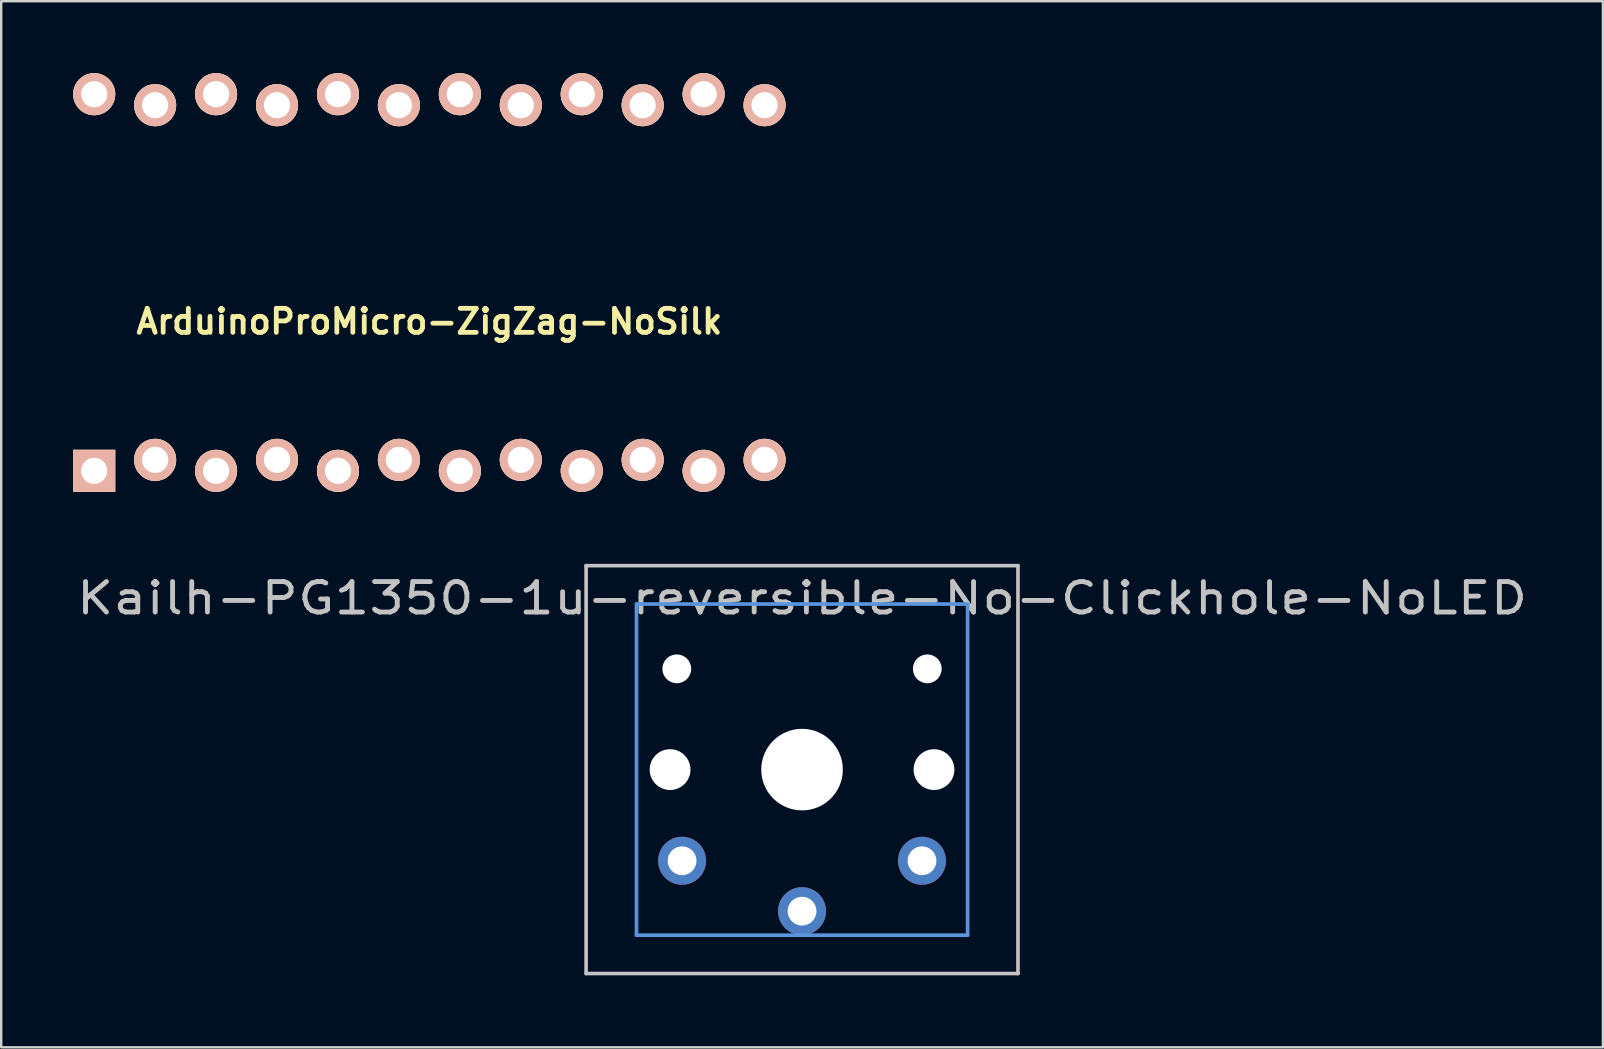
<source format=kicad_pcb>
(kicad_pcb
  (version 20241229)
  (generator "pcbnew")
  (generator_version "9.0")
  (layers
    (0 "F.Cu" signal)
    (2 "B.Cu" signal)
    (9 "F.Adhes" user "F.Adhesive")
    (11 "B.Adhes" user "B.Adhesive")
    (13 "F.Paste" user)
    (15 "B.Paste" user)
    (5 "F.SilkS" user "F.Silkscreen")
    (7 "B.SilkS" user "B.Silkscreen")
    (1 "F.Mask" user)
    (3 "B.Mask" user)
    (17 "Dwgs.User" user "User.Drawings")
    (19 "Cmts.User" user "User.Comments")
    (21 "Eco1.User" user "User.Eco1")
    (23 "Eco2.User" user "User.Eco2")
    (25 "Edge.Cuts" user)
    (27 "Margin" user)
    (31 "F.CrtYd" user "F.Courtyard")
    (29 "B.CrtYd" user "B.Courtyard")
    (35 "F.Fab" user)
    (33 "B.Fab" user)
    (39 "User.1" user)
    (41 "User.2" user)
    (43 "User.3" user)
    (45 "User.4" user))
  (footprint "Kailh-PG1350-1u-reversible-No-Clickhole-NoLED"
    (layer "F.Cu")
    (at 30.378 29.026)
    (property "Reference" "Kailh-PG1350-1u-reversible-No-Clickhole-NoLED" (at 0 -7.144 180) (layer "Dwgs.User") (effects (font (size 1.27 1.524) (thickness 0.203))))
    (attr through_hole)
    (fp_line (start -9 -8.5) (end 9 -8.5) (stroke (width 0.152) (type solid)) (layer "Dwgs.User"))
    (fp_line (start -9 8.5) (end -9 -8.5) (stroke (width 0.152) (type solid)) (layer "Dwgs.User"))
    (fp_line (start 9 -8.5) (end 9 8.5) (stroke (width 0.152) (type solid)) (layer "Dwgs.User"))
    (fp_line (start 9 8.5) (end -9 8.5) (stroke (width 0.152) (type solid)) (layer "Dwgs.User"))
    (fp_line (start -6.9 -6.9) (end 6.9 -6.9) (stroke (width 0.152) (type solid)) (layer "Cmts.User"))
    (fp_line (start -6.9 6.9) (end -6.9 -6.9) (stroke (width 0.152) (type solid)) (layer "Cmts.User"))
    (fp_line (start 6.9 -6.9) (end 6.9 6.9) (stroke (width 0.152) (type solid)) (layer "Cmts.User"))
    (fp_line (start 6.9 6.9) (end -6.9 6.9) (stroke (width 0.152) (type solid)) (layer "Cmts.User"))
    (fp_line (start -7.5 -7.5) (end 7.5 -7.5) (stroke (width 0.152) (type solid)) (layer "Eco2.User"))
    (fp_line (start -7.5 7.5) (end -7.5 -7.5) (stroke (width 0.152) (type solid)) (layer "Eco2.User"))
    (fp_line (start 7.5 -7.5) (end 7.5 7.5) (stroke (width 0.152) (type solid)) (layer "Eco2.User"))
    (fp_line (start 7.5 7.5) (end -7.5 7.5) (stroke (width 0.152) (type solid)) (layer "Eco2.User"))
    (pad "" np_thru_hole circle (at -5.5 0 180) (size 1.7 1.7) (drill 1.7) (layers "*.Cu" "*.Mask"))
    (pad "" np_thru_hole circle (at -5.22 -4.2 180) (size 1.2 1.2) (drill 1.2) (layers "*.Cu"))
    (pad "" np_thru_hole circle (at 0 0 180) (size 3.4 3.4) (drill 3.4) (layers "*.Cu" "*.Mask"))
    (pad "" np_thru_hole circle (at 5.22 -4.2 180) (size 1.2 1.2) (drill 1.2) (layers "*.Cu"))
    (pad "" np_thru_hole circle (at 5.5 0 180) (size 1.7 1.7) (drill 1.7) (layers "*.Cu" "*.Mask"))
    (pad "1" thru_hole circle (at 0 5.9 180) (size 2 2) (drill 1.2) (layers "*.Cu" "*.Mask"))
    (pad "2" thru_hole circle (at -5 3.8 41.9) (size 2 2) (drill 1.2) (layers "*.Cu" "B.Mask"))
    (pad "2" thru_hole circle (at 5 3.8 41.9) (size 2 2) (drill 1.2) (layers "*.Cu" "F.Mask")))
  (footprint "ArduinoProMicro-ZigZag-NoSilk"
    (layer "F.Cu")
    (at 14.846 8.725)
    (property "Reference" "ArduinoProMicro-ZigZag-NoSilk" (at 0 1.625 0) (layer "F.SilkS") (effects (font (size 1 1) (thickness 0.2))))
    (attr through_hole)
    (pad "1" thru_hole rect (at -13.97 7.849) (size 1.753 1.753) (drill 1.092) (layers "*.Cu" "*.SilkS" "*.Mask"))
    (pad "2" thru_hole circle (at -11.43 7.391) (size 1.753 1.753) (drill 1.092) (layers "*.Cu" "*.SilkS" "*.Mask"))
    (pad "3" thru_hole circle (at -8.89 7.849) (size 1.753 1.753) (drill 1.092) (layers "*.Cu" "*.SilkS" "*.Mask"))
    (pad "4" thru_hole circle (at -6.35 7.391) (size 1.753 1.753) (drill 1.092) (layers "*.Cu" "*.SilkS" "*.Mask"))
    (pad "5" thru_hole circle (at -3.81 7.849) (size 1.753 1.753) (drill 1.092) (layers "*.Cu" "*.SilkS" "*.Mask"))
    (pad "6" thru_hole circle (at -1.27 7.391) (size 1.753 1.753) (drill 1.092) (layers "*.Cu" "*.SilkS" "*.Mask"))
    (pad "7" thru_hole circle (at 1.27 7.849) (size 1.753 1.753) (drill 1.092) (layers "*.Cu" "*.SilkS" "*.Mask"))
    (pad "8" thru_hole circle (at 3.81 7.391) (size 1.753 1.753) (drill 1.092) (layers "*.Cu" "*.SilkS" "*.Mask"))
    (pad "9" thru_hole circle (at 6.35 7.849) (size 1.753 1.753) (drill 1.092) (layers "*.Cu" "*.SilkS" "*.Mask"))
    (pad "10" thru_hole circle (at 8.89 7.391) (size 1.753 1.753) (drill 1.092) (layers "*.Cu" "*.SilkS" "*.Mask"))
    (pad "11" thru_hole circle (at 11.43 7.849) (size 1.753 1.753) (drill 1.092) (layers "*.Cu" "*.SilkS" "*.Mask"))
    (pad "12" thru_hole circle (at 13.97 7.391) (size 1.753 1.753) (drill 1.092) (layers "*.Cu" "*.SilkS" "*.Mask"))
    (pad "13" thru_hole circle (at 13.97 -7.391) (size 1.753 1.753) (drill 1.092) (layers "*.Cu" "*.SilkS" "*.Mask"))
    (pad "14" thru_hole circle (at 11.43 -7.849) (size 1.753 1.753) (drill 1.092) (layers "*.Cu" "*.SilkS" "*.Mask"))
    (pad "15" thru_hole circle (at 8.89 -7.391) (size 1.753 1.753) (drill 1.092) (layers "*.Cu" "*.SilkS" "*.Mask"))
    (pad "16" thru_hole circle (at 6.35 -7.849) (size 1.753 1.753) (drill 1.092) (layers "*.Cu" "*.SilkS" "*.Mask"))
    (pad "17" thru_hole circle (at 3.81 -7.391) (size 1.753 1.753) (drill 1.092) (layers "*.Cu" "*.SilkS" "*.Mask"))
    (pad "18" thru_hole circle (at 1.27 -7.849) (size 1.753 1.753) (drill 1.092) (layers "*.Cu" "*.SilkS" "*.Mask"))
    (pad "19" thru_hole circle (at -1.27 -7.391) (size 1.753 1.753) (drill 1.092) (layers "*.Cu" "*.SilkS" "*.Mask"))
    (pad "20" thru_hole circle (at -3.81 -7.849) (size 1.753 1.753) (drill 1.092) (layers "*.Cu" "*.SilkS" "*.Mask"))
    (pad "21" thru_hole circle (at -6.35 -7.391) (size 1.753 1.753) (drill 1.092) (layers "*.Cu" "*.SilkS" "*.Mask"))
    (pad "22" thru_hole circle (at -8.89 -7.849) (size 1.753 1.753) (drill 1.092) (layers "*.Cu" "*.SilkS" "*.Mask"))
    (pad "23" thru_hole circle (at -11.43 -7.391) (size 1.753 1.753) (drill 1.092) (layers "*.Cu" "*.SilkS" "*.Mask"))
    (pad "24" thru_hole circle (at -13.97 -7.849) (size 1.753 1.753) (drill 1.092) (layers "*.Cu" "*.SilkS" "*.Mask")))
  (gr_rect
    (start -3 -3)
    (end 63.757 40.602)
    (stroke (width 0.1) (type default))
    (fill no)
    (layer "Edge.Cuts")))
</source>
